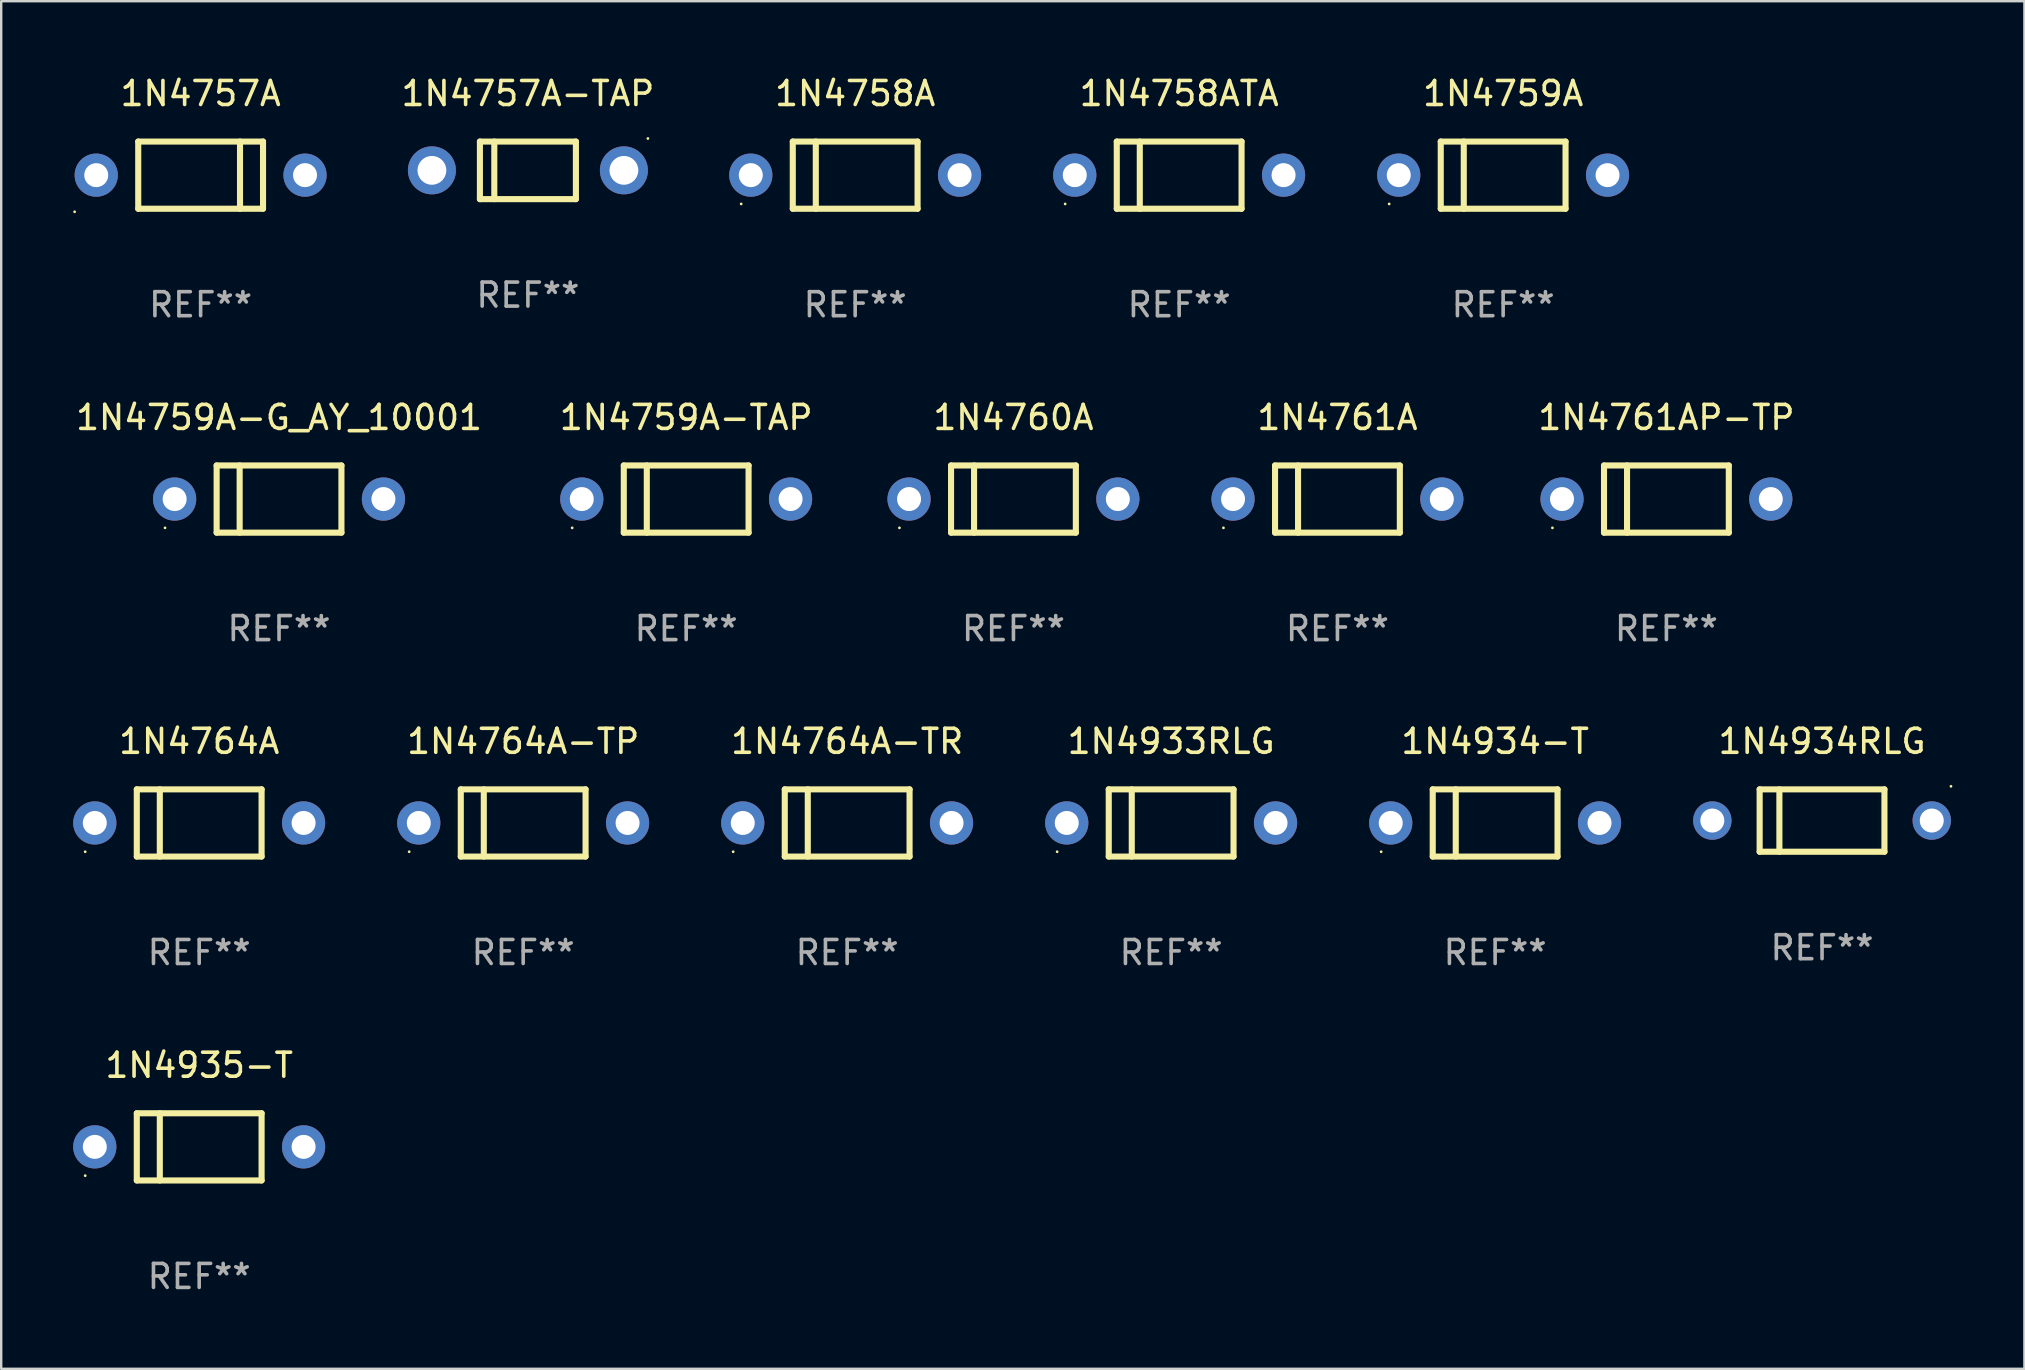
<source format=kicad_pcb>
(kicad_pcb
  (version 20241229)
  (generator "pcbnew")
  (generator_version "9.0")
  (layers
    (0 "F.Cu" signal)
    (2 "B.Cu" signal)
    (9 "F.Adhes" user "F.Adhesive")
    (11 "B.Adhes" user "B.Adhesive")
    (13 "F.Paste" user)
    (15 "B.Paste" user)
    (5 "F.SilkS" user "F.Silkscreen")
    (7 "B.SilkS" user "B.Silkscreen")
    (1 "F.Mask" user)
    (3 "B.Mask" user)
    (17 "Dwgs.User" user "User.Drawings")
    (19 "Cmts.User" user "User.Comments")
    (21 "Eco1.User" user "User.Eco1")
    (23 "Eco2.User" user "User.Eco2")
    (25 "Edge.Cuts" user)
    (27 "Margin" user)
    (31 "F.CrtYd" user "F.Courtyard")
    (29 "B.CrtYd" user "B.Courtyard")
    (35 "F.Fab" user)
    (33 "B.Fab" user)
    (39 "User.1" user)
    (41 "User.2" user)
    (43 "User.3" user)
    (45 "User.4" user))
  (footprint "1N4764A"
    (layer "F.Cu")
    (at 5.25 31.241)
    (property "Reference" "1N4764A" (at 0 -3.4 0) (layer "F.SilkS") (effects (font (size 1 1) (thickness 0.15))))
    (attr through_hole)
    (fp_line (start -2.6 -1.4) (end -2.6 1.4) (stroke (width 0.254) (type solid)) (layer "F.SilkS"))
    (fp_line (start -2.6 -1.4) (end 2.6 -1.4) (stroke (width 0.254) (type solid)) (layer "F.SilkS"))
    (fp_line (start -2.6 1.4) (end 2.6 1.4) (stroke (width 0.254) (type solid)) (layer "F.SilkS"))
    (fp_line (start -1.641 -1.4) (end -1.641 1.4) (stroke (width 0.254) (type solid)) (layer "F.SilkS"))
    (fp_line (start 2.6 -1.4) (end 2.6 1.4) (stroke (width 0.254) (type solid)) (layer "F.SilkS"))
    (fp_circle (center -4.75 1.2) (end -4.72 1.2) (stroke (width 0.06) (type solid)) (fill no) (layer "F.SilkS"))
    (fp_text user "REF**" (at 0 5.4 0) (layer "F.Fab") (effects (font (size 1 1) (thickness 0.15))))
    (pad "1" thru_hole circle (at -4.35 0) (size 1.8 1.8) (drill 1) (layers "*.Cu" "*.Mask"))
    (pad "2" thru_hole circle (at 4.35 0) (size 1.8 1.8) (drill 1) (layers "*.Cu" "*.Mask")))
  (footprint "1N4934-T"
    (layer "F.Cu")
    (at 59.25 31.241)
    (property "Reference" "1N4934-T" (at 0 -3.4 0) (layer "F.SilkS") (effects (font (size 1 1) (thickness 0.15))))
    (attr through_hole)
    (fp_line (start -2.6 -1.4) (end -2.6 1.4) (stroke (width 0.254) (type solid)) (layer "F.SilkS"))
    (fp_line (start -2.6 -1.4) (end 2.6 -1.4) (stroke (width 0.254) (type solid)) (layer "F.SilkS"))
    (fp_line (start -2.6 1.4) (end 2.6 1.4) (stroke (width 0.254) (type solid)) (layer "F.SilkS"))
    (fp_line (start -1.641 -1.4) (end -1.641 1.4) (stroke (width 0.254) (type solid)) (layer "F.SilkS"))
    (fp_line (start 2.6 -1.4) (end 2.6 1.4) (stroke (width 0.254) (type solid)) (layer "F.SilkS"))
    (fp_circle (center -4.75 1.2) (end -4.72 1.2) (stroke (width 0.06) (type solid)) (fill no) (layer "F.SilkS"))
    (fp_text user "REF**" (at 0 5.4 0) (layer "F.Fab") (effects (font (size 1 1) (thickness 0.15))))
    (pad "1" thru_hole circle (at -4.35 0) (size 1.8 1.8) (drill 1) (layers "*.Cu" "*.Mask"))
    (pad "2" thru_hole circle (at 4.35 0) (size 1.8 1.8) (drill 1) (layers "*.Cu" "*.Mask")))
  (footprint "1N4764A-TP"
    (layer "F.Cu")
    (at 18.75 31.241)
    (property "Reference" "1N4764A-TP" (at 0 -3.4 0) (layer "F.SilkS") (effects (font (size 1 1) (thickness 0.15))))
    (attr through_hole)
    (fp_line (start -2.6 -1.4) (end -2.6 1.4) (stroke (width 0.254) (type solid)) (layer "F.SilkS"))
    (fp_line (start -2.6 -1.4) (end 2.6 -1.4) (stroke (width 0.254) (type solid)) (layer "F.SilkS"))
    (fp_line (start -2.6 1.4) (end 2.6 1.4) (stroke (width 0.254) (type solid)) (layer "F.SilkS"))
    (fp_line (start -1.641 -1.4) (end -1.641 1.4) (stroke (width 0.254) (type solid)) (layer "F.SilkS"))
    (fp_line (start 2.6 -1.4) (end 2.6 1.4) (stroke (width 0.254) (type solid)) (layer "F.SilkS"))
    (fp_circle (center -4.75 1.2) (end -4.72 1.2) (stroke (width 0.06) (type solid)) (fill no) (layer "F.SilkS"))
    (fp_text user "REF**" (at 0 5.4 0) (layer "F.Fab") (effects (font (size 1 1) (thickness 0.15))))
    (pad "1" thru_hole circle (at -4.35 0) (size 1.8 1.8) (drill 1) (layers "*.Cu" "*.Mask"))
    (pad "2" thru_hole circle (at 4.35 0) (size 1.8 1.8) (drill 1) (layers "*.Cu" "*.Mask")))
  (footprint "1N4759A-TAP"
    (layer "F.Cu")
    (at 25.542 17.745)
    (property "Reference" "1N4759A-TAP" (at 0 -3.4 0) (layer "F.SilkS") (effects (font (size 1 1) (thickness 0.15))))
    (attr through_hole)
    (fp_line (start -2.6 -1.4) (end -2.6 1.4) (stroke (width 0.254) (type solid)) (layer "F.SilkS"))
    (fp_line (start -2.6 -1.4) (end 2.6 -1.4) (stroke (width 0.254) (type solid)) (layer "F.SilkS"))
    (fp_line (start -2.6 1.4) (end 2.6 1.4) (stroke (width 0.254) (type solid)) (layer "F.SilkS"))
    (fp_line (start -1.641 -1.4) (end -1.641 1.4) (stroke (width 0.254) (type solid)) (layer "F.SilkS"))
    (fp_line (start 2.6 -1.4) (end 2.6 1.4) (stroke (width 0.254) (type solid)) (layer "F.SilkS"))
    (fp_circle (center -4.75 1.2) (end -4.72 1.2) (stroke (width 0.06) (type solid)) (fill no) (layer "F.SilkS"))
    (fp_text user "REF**" (at 0 5.4 0) (layer "F.Fab") (effects (font (size 1 1) (thickness 0.15))))
    (pad "1" thru_hole circle (at -4.35 0) (size 1.8 1.8) (drill 1) (layers "*.Cu" "*.Mask"))
    (pad "2" thru_hole circle (at 4.35 0) (size 1.8 1.8) (drill 1) (layers "*.Cu" "*.Mask")))
  (footprint "1N4758A"
    (layer "F.Cu")
    (at 32.584 4.248)
    (property "Reference" "1N4758A" (at 0 -3.4 0) (layer "F.SilkS") (effects (font (size 1 1) (thickness 0.15))))
    (attr through_hole)
    (fp_line (start -2.6 -1.4) (end -2.6 1.4) (stroke (width 0.254) (type solid)) (layer "F.SilkS"))
    (fp_line (start -2.6 -1.4) (end 2.6 -1.4) (stroke (width 0.254) (type solid)) (layer "F.SilkS"))
    (fp_line (start -2.6 1.4) (end 2.6 1.4) (stroke (width 0.254) (type solid)) (layer "F.SilkS"))
    (fp_line (start -1.641 -1.4) (end -1.641 1.4) (stroke (width 0.254) (type solid)) (layer "F.SilkS"))
    (fp_line (start 2.6 -1.4) (end 2.6 1.4) (stroke (width 0.254) (type solid)) (layer "F.SilkS"))
    (fp_circle (center -4.75 1.2) (end -4.72 1.2) (stroke (width 0.06) (type solid)) (fill no) (layer "F.SilkS"))
    (fp_text user "REF**" (at 0 5.4 0) (layer "F.Fab") (effects (font (size 1 1) (thickness 0.15))))
    (pad "1" thru_hole circle (at -4.35 0) (size 1.8 1.8) (drill 1) (layers "*.Cu" "*.Mask"))
    (pad "2" thru_hole circle (at 4.35 0) (size 1.8 1.8) (drill 1) (layers "*.Cu" "*.Mask")))
  (footprint "1N4757A"
    (layer "F.Cu")
    (at 5.31 4.248)
    (property "Reference" "1N4757A" (at 0 -3.4 0) (layer "F.SilkS") (effects (font (size 1 1) (thickness 0.15))))
    (attr through_hole)
    (fp_line (start -2.6 1.4) (end -2.6 -1.4) (stroke (width 0.254) (type solid)) (layer "F.SilkS"))
    (fp_line (start 1.641 1.4) (end 1.641 -1.4) (stroke (width 0.254) (type solid)) (layer "F.SilkS"))
    (fp_line (start 2.6 -1.4) (end -2.6 -1.4) (stroke (width 0.254) (type solid)) (layer "F.SilkS"))
    (fp_line (start 2.6 1.4) (end -2.6 1.4) (stroke (width 0.254) (type solid)) (layer "F.SilkS"))
    (fp_line (start 2.6 1.4) (end 2.6 -1.4) (stroke (width 0.254) (type solid)) (layer "F.SilkS"))
    (fp_circle (center -5.25 1.527) (end -5.22 1.527) (stroke (width 0.06) (type solid)) (fill no) (layer "F.SilkS"))
    (fp_text user "REF**" (at 0 5.4 0) (layer "F.Fab") (effects (font (size 1 1) (thickness 0.15))))
    (pad "1" thru_hole circle (at -4.35 0) (size 1.8 1.8) (drill 1) (layers "*.Cu" "*.Mask"))
    (pad "2" thru_hole circle (at 4.35 0) (size 1.8 1.8) (drill 1) (layers "*.Cu" "*.Mask")))
  (footprint "1N4761AP-TP"
    (layer "F.Cu")
    (at 66.387 17.745)
    (property "Reference" "1N4761AP-TP" (at 0 -3.4 0) (layer "F.SilkS") (effects (font (size 1 1) (thickness 0.15))))
    (attr through_hole)
    (fp_line (start -2.6 -1.4) (end -2.6 1.4) (stroke (width 0.254) (type solid)) (layer "F.SilkS"))
    (fp_line (start -2.6 -1.4) (end 2.6 -1.4) (stroke (width 0.254) (type solid)) (layer "F.SilkS"))
    (fp_line (start -2.6 1.4) (end 2.6 1.4) (stroke (width 0.254) (type solid)) (layer "F.SilkS"))
    (fp_line (start -1.641 -1.4) (end -1.641 1.4) (stroke (width 0.254) (type solid)) (layer "F.SilkS"))
    (fp_line (start 2.6 -1.4) (end 2.6 1.4) (stroke (width 0.254) (type solid)) (layer "F.SilkS"))
    (fp_circle (center -4.75 1.2) (end -4.72 1.2) (stroke (width 0.06) (type solid)) (fill no) (layer "F.SilkS"))
    (fp_text user "REF**" (at 0 5.4 0) (layer "F.Fab") (effects (font (size 1 1) (thickness 0.15))))
    (pad "1" thru_hole circle (at -4.35 0) (size 1.8 1.8) (drill 1) (layers "*.Cu" "*.Mask"))
    (pad "2" thru_hole circle (at 4.35 0) (size 1.8 1.8) (drill 1) (layers "*.Cu" "*.Mask")))
  (footprint "1N4758ATA"
    (layer "F.Cu")
    (at 46.084 4.248)
    (property "Reference" "1N4758ATA" (at 0 -3.4 0) (layer "F.SilkS") (effects (font (size 1 1) (thickness 0.15))))
    (attr through_hole)
    (fp_line (start -2.6 -1.4) (end -2.6 1.4) (stroke (width 0.254) (type solid)) (layer "F.SilkS"))
    (fp_line (start -2.6 -1.4) (end 2.6 -1.4) (stroke (width 0.254) (type solid)) (layer "F.SilkS"))
    (fp_line (start -2.6 1.4) (end 2.6 1.4) (stroke (width 0.254) (type solid)) (layer "F.SilkS"))
    (fp_line (start -1.641 -1.4) (end -1.641 1.4) (stroke (width 0.254) (type solid)) (layer "F.SilkS"))
    (fp_line (start 2.6 -1.4) (end 2.6 1.4) (stroke (width 0.254) (type solid)) (layer "F.SilkS"))
    (fp_circle (center -4.75 1.2) (end -4.72 1.2) (stroke (width 0.06) (type solid)) (fill no) (layer "F.SilkS"))
    (fp_text user "REF**" (at 0 5.4 0) (layer "F.Fab") (effects (font (size 1 1) (thickness 0.15))))
    (pad "1" thru_hole circle (at -4.35 0) (size 1.8 1.8) (drill 1) (layers "*.Cu" "*.Mask"))
    (pad "2" thru_hole circle (at 4.35 0) (size 1.8 1.8) (drill 1) (layers "*.Cu" "*.Mask")))
  (footprint "1N4760A"
    (layer "F.Cu")
    (at 39.179 17.745)
    (property "Reference" "1N4760A" (at 0 -3.4 0) (layer "F.SilkS") (effects (font (size 1 1) (thickness 0.15))))
    (attr through_hole)
    (fp_line (start -2.6 -1.4) (end -2.6 1.4) (stroke (width 0.254) (type solid)) (layer "F.SilkS"))
    (fp_line (start -2.6 -1.4) (end 2.6 -1.4) (stroke (width 0.254) (type solid)) (layer "F.SilkS"))
    (fp_line (start -2.6 1.4) (end 2.6 1.4) (stroke (width 0.254) (type solid)) (layer "F.SilkS"))
    (fp_line (start -1.641 -1.4) (end -1.641 1.4) (stroke (width 0.254) (type solid)) (layer "F.SilkS"))
    (fp_line (start 2.6 -1.4) (end 2.6 1.4) (stroke (width 0.254) (type solid)) (layer "F.SilkS"))
    (fp_circle (center -4.75 1.2) (end -4.72 1.2) (stroke (width 0.06) (type solid)) (fill no) (layer "F.SilkS"))
    (fp_text user "REF**" (at 0 5.4 0) (layer "F.Fab") (effects (font (size 1 1) (thickness 0.15))))
    (pad "1" thru_hole circle (at -4.35 0) (size 1.8 1.8) (drill 1) (layers "*.Cu" "*.Mask"))
    (pad "2" thru_hole circle (at 4.35 0) (size 1.8 1.8) (drill 1) (layers "*.Cu" "*.Mask")))
  (footprint "1N4934RLG"
    (layer "F.Cu")
    (at 72.872 31.141)
    (property "Reference" "1N4934RLG" (at 0 -3.3 0) (layer "F.SilkS") (effects (font (size 1 1) (thickness 0.15))))
    (attr through_hole)
    (fp_line (start -2.6 -1.3) (end 2.6 -1.3) (stroke (width 0.254) (type solid)) (layer "F.SilkS"))
    (fp_line (start -2.6 1.3) (end -2.6 -1.3) (stroke (width 0.254) (type solid)) (layer "F.SilkS"))
    (fp_line (start -1.777 1.3) (end -1.777 -1.3) (stroke (width 0.254) (type solid)) (layer "F.SilkS"))
    (fp_line (start 2.6 -1.3) (end 2.6 1.3) (stroke (width 0.254) (type solid)) (layer "F.SilkS"))
    (fp_line (start 2.6 1.3) (end -2.6 1.3) (stroke (width 0.254) (type solid)) (layer "F.SilkS"))
    (fp_circle (center 5.372 -1.427) (end 5.402 -1.427) (stroke (width 0.06) (type solid)) (fill no) (layer "F.SilkS"))
    (fp_text user "REF**" (at 0 5.3 0) (layer "F.Fab") (effects (font (size 1 1) (thickness 0.15))))
    (pad "1" thru_hole circle (at 4.572 0) (size 1.6 1.6) (drill 1) (layers "*.Cu" "*.Mask"))
    (pad "2" thru_hole circle (at -4.572 0) (size 1.6 1.6) (drill 1) (layers "*.Cu" "*.Mask")))
  (footprint "1N4759A-G_AY_10001"
    (layer "F.Cu")
    (at 8.577 17.745)
    (property "Reference" "1N4759A-G_AY_10001" (at 0 -3.4 0) (layer "F.SilkS") (effects (font (size 1 1) (thickness 0.15))))
    (attr through_hole)
    (fp_line (start -2.6 -1.4) (end -2.6 1.4) (stroke (width 0.254) (type solid)) (layer "F.SilkS"))
    (fp_line (start -2.6 -1.4) (end 2.6 -1.4) (stroke (width 0.254) (type solid)) (layer "F.SilkS"))
    (fp_line (start -2.6 1.4) (end 2.6 1.4) (stroke (width 0.254) (type solid)) (layer "F.SilkS"))
    (fp_line (start -1.641 -1.4) (end -1.641 1.4) (stroke (width 0.254) (type solid)) (layer "F.SilkS"))
    (fp_line (start 2.6 -1.4) (end 2.6 1.4) (stroke (width 0.254) (type solid)) (layer "F.SilkS"))
    (fp_circle (center -4.75 1.2) (end -4.72 1.2) (stroke (width 0.06) (type solid)) (fill no) (layer "F.SilkS"))
    (fp_text user "REF**" (at 0 5.4 0) (layer "F.Fab") (effects (font (size 1 1) (thickness 0.15))))
    (pad "1" thru_hole circle (at -4.35 0) (size 1.8 1.8) (drill 1) (layers "*.Cu" "*.Mask"))
    (pad "2" thru_hole circle (at 4.35 0) (size 1.8 1.8) (drill 1) (layers "*.Cu" "*.Mask")))
  (footprint "1N4761A"
    (layer "F.Cu")
    (at 52.679 17.745)
    (property "Reference" "1N4761A" (at 0 -3.4 0) (layer "F.SilkS") (effects (font (size 1 1) (thickness 0.15))))
    (attr through_hole)
    (fp_line (start -2.6 -1.4) (end -2.6 1.4) (stroke (width 0.254) (type solid)) (layer "F.SilkS"))
    (fp_line (start -2.6 -1.4) (end 2.6 -1.4) (stroke (width 0.254) (type solid)) (layer "F.SilkS"))
    (fp_line (start -2.6 1.4) (end 2.6 1.4) (stroke (width 0.254) (type solid)) (layer "F.SilkS"))
    (fp_line (start -1.641 -1.4) (end -1.641 1.4) (stroke (width 0.254) (type solid)) (layer "F.SilkS"))
    (fp_line (start 2.6 -1.4) (end 2.6 1.4) (stroke (width 0.254) (type solid)) (layer "F.SilkS"))
    (fp_circle (center -4.75 1.2) (end -4.72 1.2) (stroke (width 0.06) (type solid)) (fill no) (layer "F.SilkS"))
    (fp_text user "REF**" (at 0 5.4 0) (layer "F.Fab") (effects (font (size 1 1) (thickness 0.15))))
    (pad "1" thru_hole circle (at -4.35 0) (size 1.8 1.8) (drill 1) (layers "*.Cu" "*.Mask"))
    (pad "2" thru_hole circle (at 4.35 0) (size 1.8 1.8) (drill 1) (layers "*.Cu" "*.Mask")))
  (footprint "1N4764A-TR"
    (layer "F.Cu")
    (at 32.25 31.241)
    (property "Reference" "1N4764A-TR" (at 0 -3.4 0) (layer "F.SilkS") (effects (font (size 1 1) (thickness 0.15))))
    (attr through_hole)
    (fp_line (start -2.6 -1.4) (end -2.6 1.4) (stroke (width 0.254) (type solid)) (layer "F.SilkS"))
    (fp_line (start -2.6 -1.4) (end 2.6 -1.4) (stroke (width 0.254) (type solid)) (layer "F.SilkS"))
    (fp_line (start -2.6 1.4) (end 2.6 1.4) (stroke (width 0.254) (type solid)) (layer "F.SilkS"))
    (fp_line (start -1.641 -1.4) (end -1.641 1.4) (stroke (width 0.254) (type solid)) (layer "F.SilkS"))
    (fp_line (start 2.6 -1.4) (end 2.6 1.4) (stroke (width 0.254) (type solid)) (layer "F.SilkS"))
    (fp_circle (center -4.75 1.2) (end -4.72 1.2) (stroke (width 0.06) (type solid)) (fill no) (layer "F.SilkS"))
    (fp_text user "REF**" (at 0 5.4 0) (layer "F.Fab") (effects (font (size 1 1) (thickness 0.15))))
    (pad "1" thru_hole circle (at -4.35 0) (size 1.8 1.8) (drill 1) (layers "*.Cu" "*.Mask"))
    (pad "2" thru_hole circle (at 4.35 0) (size 1.8 1.8) (drill 1) (layers "*.Cu" "*.Mask")))
  (footprint "1N4935-T"
    (layer "F.Cu")
    (at 5.25 44.738)
    (property "Reference" "1N4935-T" (at 0 -3.4 0) (layer "F.SilkS") (effects (font (size 1 1) (thickness 0.15))))
    (attr through_hole)
    (fp_line (start -2.6 -1.4) (end -2.6 1.4) (stroke (width 0.254) (type solid)) (layer "F.SilkS"))
    (fp_line (start -2.6 -1.4) (end 2.6 -1.4) (stroke (width 0.254) (type solid)) (layer "F.SilkS"))
    (fp_line (start -2.6 1.4) (end 2.6 1.4) (stroke (width 0.254) (type solid)) (layer "F.SilkS"))
    (fp_line (start -1.641 -1.4) (end -1.641 1.4) (stroke (width 0.254) (type solid)) (layer "F.SilkS"))
    (fp_line (start 2.6 -1.4) (end 2.6 1.4) (stroke (width 0.254) (type solid)) (layer "F.SilkS"))
    (fp_circle (center -4.75 1.2) (end -4.72 1.2) (stroke (width 0.06) (type solid)) (fill no) (layer "F.SilkS"))
    (fp_text user "REF**" (at 0 5.4 0) (layer "F.Fab") (effects (font (size 1 1) (thickness 0.15))))
    (pad "1" thru_hole circle (at -4.35 0) (size 1.8 1.8) (drill 1) (layers "*.Cu" "*.Mask"))
    (pad "2" thru_hole circle (at 4.35 0) (size 1.8 1.8) (drill 1) (layers "*.Cu" "*.Mask")))
  (footprint "1N4757A-TAP"
    (layer "F.Cu")
    (at 18.947 4.048)
    (property "Reference" "1N4757A-TAP" (at 0 -3.2 0) (layer "F.SilkS") (effects (font (size 1 1) (thickness 0.15))))
    (attr through_hole)
    (fp_line (start -2 -1.2) (end 2 -1.2) (stroke (width 0.254) (type solid)) (layer "F.SilkS"))
    (fp_line (start -2 1.2) (end -2 -1.2) (stroke (width 0.254) (type solid)) (layer "F.SilkS"))
    (fp_line (start -1.4 -1.2) (end -1.4 1.2) (stroke (width 0.254) (type solid)) (layer "F.SilkS"))
    (fp_line (start 2 -1.2) (end 2 1.2) (stroke (width 0.254) (type solid)) (layer "F.SilkS"))
    (fp_line (start 2 1.2) (end -2 1.2) (stroke (width 0.254) (type solid)) (layer "F.SilkS"))
    (fp_circle (center 5 -1.327) (end 5.03 -1.327) (stroke (width 0.06) (type solid)) (fill no) (layer "F.SilkS"))
    (fp_text user "REF**" (at 0 5.2 0) (layer "F.Fab") (effects (font (size 1 1) (thickness 0.15))))
    (pad "1" thru_hole circle (at -4 0) (size 2 2) (drill 1.2) (layers "*.Cu" "*.Mask"))
    (pad "2" thru_hole circle (at 4 0) (size 2 2) (drill 1.2) (layers "*.Cu" "*.Mask")))
  (footprint "1N4759A"
    (layer "F.Cu")
    (at 59.584 4.248)
    (property "Reference" "1N4759A" (at 0 -3.4 0) (layer "F.SilkS") (effects (font (size 1 1) (thickness 0.15))))
    (attr through_hole)
    (fp_line (start -2.6 -1.4) (end -2.6 1.4) (stroke (width 0.254) (type solid)) (layer "F.SilkS"))
    (fp_line (start -2.6 -1.4) (end 2.6 -1.4) (stroke (width 0.254) (type solid)) (layer "F.SilkS"))
    (fp_line (start -2.6 1.4) (end 2.6 1.4) (stroke (width 0.254) (type solid)) (layer "F.SilkS"))
    (fp_line (start -1.641 -1.4) (end -1.641 1.4) (stroke (width 0.254) (type solid)) (layer "F.SilkS"))
    (fp_line (start 2.6 -1.4) (end 2.6 1.4) (stroke (width 0.254) (type solid)) (layer "F.SilkS"))
    (fp_circle (center -4.75 1.2) (end -4.72 1.2) (stroke (width 0.06) (type solid)) (fill no) (layer "F.SilkS"))
    (fp_text user "REF**" (at 0 5.4 0) (layer "F.Fab") (effects (font (size 1 1) (thickness 0.15))))
    (pad "1" thru_hole circle (at -4.35 0) (size 1.8 1.8) (drill 1) (layers "*.Cu" "*.Mask"))
    (pad "2" thru_hole circle (at 4.35 0) (size 1.8 1.8) (drill 1) (layers "*.Cu" "*.Mask")))
  (footprint "1N4933RLG"
    (layer "F.Cu")
    (at 45.75 31.241)
    (property "Reference" "1N4933RLG" (at 0 -3.4 0) (layer "F.SilkS") (effects (font (size 1 1) (thickness 0.15))))
    (attr through_hole)
    (fp_line (start -2.6 -1.4) (end -2.6 1.4) (stroke (width 0.254) (type solid)) (layer "F.SilkS"))
    (fp_line (start -2.6 -1.4) (end 2.6 -1.4) (stroke (width 0.254) (type solid)) (layer "F.SilkS"))
    (fp_line (start -2.6 1.4) (end 2.6 1.4) (stroke (width 0.254) (type solid)) (layer "F.SilkS"))
    (fp_line (start -1.641 -1.4) (end -1.641 1.4) (stroke (width 0.254) (type solid)) (layer "F.SilkS"))
    (fp_line (start 2.6 -1.4) (end 2.6 1.4) (stroke (width 0.254) (type solid)) (layer "F.SilkS"))
    (fp_circle (center -4.75 1.2) (end -4.72 1.2) (stroke (width 0.06) (type solid)) (fill no) (layer "F.SilkS"))
    (fp_text user "REF**" (at 0 5.4 0) (layer "F.Fab") (effects (font (size 1 1) (thickness 0.15))))
    (pad "1" thru_hole circle (at -4.35 0) (size 1.8 1.8) (drill 1) (layers "*.Cu" "*.Mask"))
    (pad "2" thru_hole circle (at 4.35 0) (size 1.8 1.8) (drill 1) (layers "*.Cu" "*.Mask")))
  (gr_rect
    (start -3 -3)
    (end 81.304 53.986)
    (stroke (width 0.1) (type default))
    (fill no)
    (layer "Edge.Cuts")))
</source>
